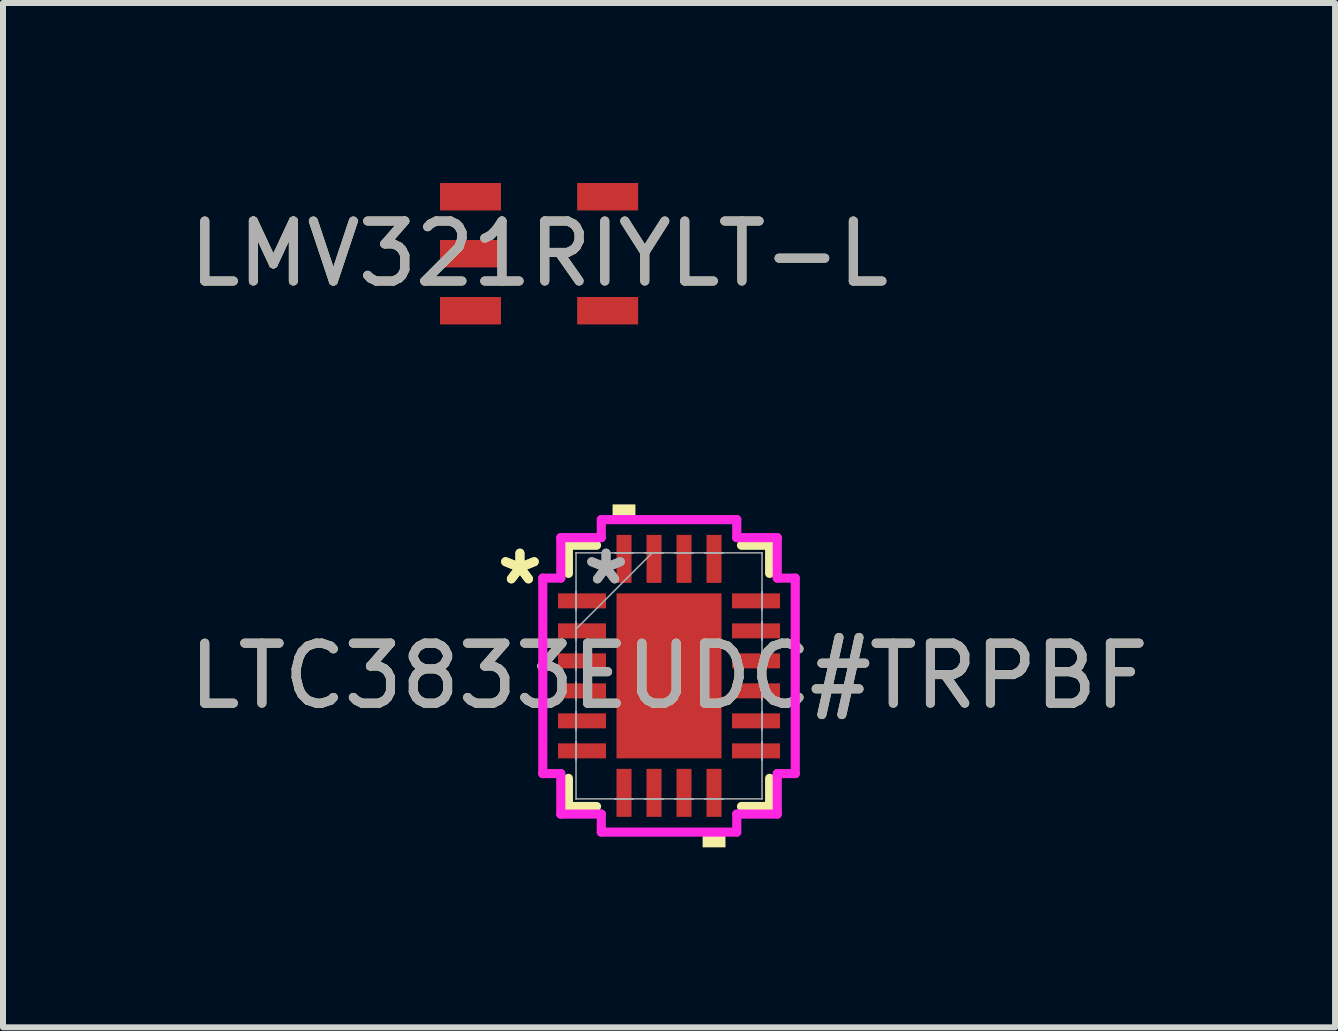
<source format=kicad_pcb>
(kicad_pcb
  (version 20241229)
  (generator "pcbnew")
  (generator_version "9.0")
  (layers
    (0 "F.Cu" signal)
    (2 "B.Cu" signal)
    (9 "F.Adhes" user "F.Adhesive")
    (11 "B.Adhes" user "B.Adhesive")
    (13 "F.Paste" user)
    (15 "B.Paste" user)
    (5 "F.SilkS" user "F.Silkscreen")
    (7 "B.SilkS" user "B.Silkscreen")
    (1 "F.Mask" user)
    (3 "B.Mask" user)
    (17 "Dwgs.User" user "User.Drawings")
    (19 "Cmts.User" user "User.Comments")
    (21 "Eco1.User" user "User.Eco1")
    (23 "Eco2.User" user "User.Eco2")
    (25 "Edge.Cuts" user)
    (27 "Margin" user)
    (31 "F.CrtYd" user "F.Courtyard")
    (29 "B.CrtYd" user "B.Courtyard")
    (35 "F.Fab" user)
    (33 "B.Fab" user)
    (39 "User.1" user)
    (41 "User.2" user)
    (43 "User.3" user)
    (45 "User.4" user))
  (footprint "LTC3833EUDC#TRPBF"
    (layer "F.Cu")
    (at 8.101 8.215)
    (property "Reference" "LTC3833EUDC#TRPBF" (at 0 0 0) (unlocked yes) (layer "F.SilkS") (effects (font (size 1 1) (thickness 0.15))))
    (attr smd)
    (fp_line (start -1.677 -2.177) (end -1.677 -1.708) (stroke (width 0.152) (type solid)) (layer "F.SilkS"))
    (fp_line (start -1.677 1.708) (end -1.677 2.177) (stroke (width 0.152) (type solid)) (layer "F.SilkS"))
    (fp_line (start -1.677 2.177) (end -1.208 2.177) (stroke (width 0.152) (type solid)) (layer "F.SilkS"))
    (fp_line (start -1.208 -2.177) (end -1.677 -2.177) (stroke (width 0.152) (type solid)) (layer "F.SilkS"))
    (fp_line (start 1.208 2.177) (end 1.677 2.177) (stroke (width 0.152) (type solid)) (layer "F.SilkS"))
    (fp_line (start 1.677 -2.177) (end 1.208 -2.177) (stroke (width 0.152) (type solid)) (layer "F.SilkS"))
    (fp_line (start 1.677 -1.708) (end 1.677 -2.177) (stroke (width 0.152) (type solid)) (layer "F.SilkS"))
    (fp_line (start 1.677 2.177) (end 1.677 1.708) (stroke (width 0.152) (type solid)) (layer "F.SilkS"))
    (fp_poly (pts (xy -0.941 -2.604) (xy -0.941 -2.858) (xy -0.56 -2.858) (xy -0.56 -2.604)) (stroke (width 0) (type solid)) (fill yes) (layer "F.SilkS"))
    (fp_poly (pts (xy 0.56 2.604) (xy 0.56 2.858) (xy 0.941 2.858) (xy 0.941 2.604)) (stroke (width 0) (type solid)) (fill yes) (layer "F.SilkS"))
    (fp_poly (pts (xy -0.775 -1.275) (xy -0.775 -0.1) (xy 0.775 -0.1) (xy 0.775 -1.275)) (stroke (width 0) (type solid)) (fill yes) (layer "F.Paste"))
    (fp_poly (pts (xy -0.775 0.1) (xy -0.775 1.275) (xy 0.775 1.275) (xy 0.775 0.1)) (stroke (width 0) (type solid)) (fill yes) (layer "F.Paste"))
    (fp_line (start -2.104 -1.629) (end -1.804 -1.629) (stroke (width 0.152) (type solid)) (layer "F.CrtYd"))
    (fp_line (start -2.104 1.629) (end -2.104 -1.629) (stroke (width 0.152) (type solid)) (layer "F.CrtYd"))
    (fp_line (start -1.804 -2.304) (end -1.129 -2.304) (stroke (width 0.152) (type solid)) (layer "F.CrtYd"))
    (fp_line (start -1.804 -1.629) (end -1.804 -2.304) (stroke (width 0.152) (type solid)) (layer "F.CrtYd"))
    (fp_line (start -1.804 1.629) (end -2.104 1.629) (stroke (width 0.152) (type solid)) (layer "F.CrtYd"))
    (fp_line (start -1.804 2.304) (end -1.804 1.629) (stroke (width 0.152) (type solid)) (layer "F.CrtYd"))
    (fp_line (start -1.129 -2.604) (end 1.129 -2.604) (stroke (width 0.152) (type solid)) (layer "F.CrtYd"))
    (fp_line (start -1.129 -2.304) (end -1.129 -2.604) (stroke (width 0.152) (type solid)) (layer "F.CrtYd"))
    (fp_line (start -1.129 2.304) (end -1.804 2.304) (stroke (width 0.152) (type solid)) (layer "F.CrtYd"))
    (fp_line (start -1.129 2.604) (end -1.129 2.304) (stroke (width 0.152) (type solid)) (layer "F.CrtYd"))
    (fp_line (start 1.129 -2.604) (end 1.129 -2.304) (stroke (width 0.152) (type solid)) (layer "F.CrtYd"))
    (fp_line (start 1.129 -2.304) (end 1.804 -2.304) (stroke (width 0.152) (type solid)) (layer "F.CrtYd"))
    (fp_line (start 1.129 2.304) (end 1.129 2.604) (stroke (width 0.152) (type solid)) (layer "F.CrtYd"))
    (fp_line (start 1.129 2.604) (end -1.129 2.604) (stroke (width 0.152) (type solid)) (layer "F.CrtYd"))
    (fp_line (start 1.804 -2.304) (end 1.804 -1.629) (stroke (width 0.152) (type solid)) (layer "F.CrtYd"))
    (fp_line (start 1.804 -1.629) (end 2.104 -1.629) (stroke (width 0.152) (type solid)) (layer "F.CrtYd"))
    (fp_line (start 1.804 1.629) (end 1.804 2.304) (stroke (width 0.152) (type solid)) (layer "F.CrtYd"))
    (fp_line (start 1.804 2.304) (end 1.129 2.304) (stroke (width 0.152) (type solid)) (layer "F.CrtYd"))
    (fp_line (start 2.104 -1.629) (end 2.104 1.629) (stroke (width 0.152) (type solid)) (layer "F.CrtYd"))
    (fp_line (start 2.104 1.629) (end 1.804 1.629) (stroke (width 0.152) (type solid)) (layer "F.CrtYd"))
    (fp_line (start -1.55 -2.05) (end -1.55 -2.05) (stroke (width 0.025) (type solid)) (layer "F.Fab"))
    (fp_line (start -1.55 -2.05) (end -1.55 2.05) (stroke (width 0.025) (type solid)) (layer "F.Fab"))
    (fp_line (start -1.55 -1.4) (end -1.55 -1.4) (stroke (width 0.025) (type solid)) (layer "F.Fab"))
    (fp_line (start -1.55 -1.4) (end -1.55 -1.1) (stroke (width 0.025) (type solid)) (layer "F.Fab"))
    (fp_line (start -1.55 -1.1) (end -1.55 -1.4) (stroke (width 0.025) (type solid)) (layer "F.Fab"))
    (fp_line (start -1.55 -1.1) (end -1.55 -1.1) (stroke (width 0.025) (type solid)) (layer "F.Fab"))
    (fp_line (start -1.55 -0.9) (end -1.55 -0.9) (stroke (width 0.025) (type solid)) (layer "F.Fab"))
    (fp_line (start -1.55 -0.9) (end -1.55 -0.6) (stroke (width 0.025) (type solid)) (layer "F.Fab"))
    (fp_line (start -1.55 -0.78) (end -0.28 -2.05) (stroke (width 0.025) (type solid)) (layer "F.Fab"))
    (fp_line (start -1.55 -0.6) (end -1.55 -0.9) (stroke (width 0.025) (type solid)) (layer "F.Fab"))
    (fp_line (start -1.55 -0.6) (end -1.55 -0.6) (stroke (width 0.025) (type solid)) (layer "F.Fab"))
    (fp_line (start -1.55 -0.4) (end -1.55 -0.4) (stroke (width 0.025) (type solid)) (layer "F.Fab"))
    (fp_line (start -1.55 -0.4) (end -1.55 -0.1) (stroke (width 0.025) (type solid)) (layer "F.Fab"))
    (fp_line (start -1.55 -0.1) (end -1.55 -0.4) (stroke (width 0.025) (type solid)) (layer "F.Fab"))
    (fp_line (start -1.55 -0.1) (end -1.55 -0.1) (stroke (width 0.025) (type solid)) (layer "F.Fab"))
    (fp_line (start -1.55 0.1) (end -1.55 0.1) (stroke (width 0.025) (type solid)) (layer "F.Fab"))
    (fp_line (start -1.55 0.1) (end -1.55 0.4) (stroke (width 0.025) (type solid)) (layer "F.Fab"))
    (fp_line (start -1.55 0.4) (end -1.55 0.1) (stroke (width 0.025) (type solid)) (layer "F.Fab"))
    (fp_line (start -1.55 0.4) (end -1.55 0.4) (stroke (width 0.025) (type solid)) (layer "F.Fab"))
    (fp_line (start -1.55 0.6) (end -1.55 0.6) (stroke (width 0.025) (type solid)) (layer "F.Fab"))
    (fp_line (start -1.55 0.6) (end -1.55 0.9) (stroke (width 0.025) (type solid)) (layer "F.Fab"))
    (fp_line (start -1.55 0.9) (end -1.55 0.6) (stroke (width 0.025) (type solid)) (layer "F.Fab"))
    (fp_line (start -1.55 0.9) (end -1.55 0.9) (stroke (width 0.025) (type solid)) (layer "F.Fab"))
    (fp_line (start -1.55 1.1) (end -1.55 1.1) (stroke (width 0.025) (type solid)) (layer "F.Fab"))
    (fp_line (start -1.55 1.1) (end -1.55 1.4) (stroke (width 0.025) (type solid)) (layer "F.Fab"))
    (fp_line (start -1.55 1.4) (end -1.55 1.1) (stroke (width 0.025) (type solid)) (layer "F.Fab"))
    (fp_line (start -1.55 1.4) (end -1.55 1.4) (stroke (width 0.025) (type solid)) (layer "F.Fab"))
    (fp_line (start -1.55 2.05) (end -1.55 2.05) (stroke (width 0.025) (type solid)) (layer "F.Fab"))
    (fp_line (start -1.55 2.05) (end 1.55 2.05) (stroke (width 0.025) (type solid)) (layer "F.Fab"))
    (fp_line (start -0.9 -2.05) (end -0.9 -2.05) (stroke (width 0.025) (type solid)) (layer "F.Fab"))
    (fp_line (start -0.9 -2.05) (end -0.6 -2.05) (stroke (width 0.025) (type solid)) (layer "F.Fab"))
    (fp_line (start -0.9 2.05) (end -0.9 2.05) (stroke (width 0.025) (type solid)) (layer "F.Fab"))
    (fp_line (start -0.9 2.05) (end -0.6 2.05) (stroke (width 0.025) (type solid)) (layer "F.Fab"))
    (fp_line (start -0.6 -2.05) (end -0.9 -2.05) (stroke (width 0.025) (type solid)) (layer "F.Fab"))
    (fp_line (start -0.6 -2.05) (end -0.6 -2.05) (stroke (width 0.025) (type solid)) (layer "F.Fab"))
    (fp_line (start -0.6 2.05) (end -0.9 2.05) (stroke (width 0.025) (type solid)) (layer "F.Fab"))
    (fp_line (start -0.6 2.05) (end -0.6 2.05) (stroke (width 0.025) (type solid)) (layer "F.Fab"))
    (fp_line (start -0.4 -2.05) (end -0.4 -2.05) (stroke (width 0.025) (type solid)) (layer "F.Fab"))
    (fp_line (start -0.4 -2.05) (end -0.1 -2.05) (stroke (width 0.025) (type solid)) (layer "F.Fab"))
    (fp_line (start -0.4 2.05) (end -0.4 2.05) (stroke (width 0.025) (type solid)) (layer "F.Fab"))
    (fp_line (start -0.4 2.05) (end -0.1 2.05) (stroke (width 0.025) (type solid)) (layer "F.Fab"))
    (fp_line (start -0.1 -2.05) (end -0.4 -2.05) (stroke (width 0.025) (type solid)) (layer "F.Fab"))
    (fp_line (start -0.1 -2.05) (end -0.1 -2.05) (stroke (width 0.025) (type solid)) (layer "F.Fab"))
    (fp_line (start -0.1 2.05) (end -0.4 2.05) (stroke (width 0.025) (type solid)) (layer "F.Fab"))
    (fp_line (start -0.1 2.05) (end -0.1 2.05) (stroke (width 0.025) (type solid)) (layer "F.Fab"))
    (fp_line (start 0.1 -2.05) (end 0.1 -2.05) (stroke (width 0.025) (type solid)) (layer "F.Fab"))
    (fp_line (start 0.1 -2.05) (end 0.4 -2.05) (stroke (width 0.025) (type solid)) (layer "F.Fab"))
    (fp_line (start 0.1 2.05) (end 0.1 2.05) (stroke (width 0.025) (type solid)) (layer "F.Fab"))
    (fp_line (start 0.1 2.05) (end 0.4 2.05) (stroke (width 0.025) (type solid)) (layer "F.Fab"))
    (fp_line (start 0.4 -2.05) (end 0.1 -2.05) (stroke (width 0.025) (type solid)) (layer "F.Fab"))
    (fp_line (start 0.4 -2.05) (end 0.4 -2.05) (stroke (width 0.025) (type solid)) (layer "F.Fab"))
    (fp_line (start 0.4 2.05) (end 0.1 2.05) (stroke (width 0.025) (type solid)) (layer "F.Fab"))
    (fp_line (start 0.4 2.05) (end 0.4 2.05) (stroke (width 0.025) (type solid)) (layer "F.Fab"))
    (fp_line (start 0.6 -2.05) (end 0.6 -2.05) (stroke (width 0.025) (type solid)) (layer "F.Fab"))
    (fp_line (start 0.6 -2.05) (end 0.9 -2.05) (stroke (width 0.025) (type solid)) (layer "F.Fab"))
    (fp_line (start 0.6 2.05) (end 0.6 2.05) (stroke (width 0.025) (type solid)) (layer "F.Fab"))
    (fp_line (start 0.6 2.05) (end 0.9 2.05) (stroke (width 0.025) (type solid)) (layer "F.Fab"))
    (fp_line (start 0.9 -2.05) (end 0.6 -2.05) (stroke (width 0.025) (type solid)) (layer "F.Fab"))
    (fp_line (start 0.9 -2.05) (end 0.9 -2.05) (stroke (width 0.025) (type solid)) (layer "F.Fab"))
    (fp_line (start 0.9 2.05) (end 0.6 2.05) (stroke (width 0.025) (type solid)) (layer "F.Fab"))
    (fp_line (start 0.9 2.05) (end 0.9 2.05) (stroke (width 0.025) (type solid)) (layer "F.Fab"))
    (fp_line (start 1.55 -2.05) (end -1.55 -2.05) (stroke (width 0.025) (type solid)) (layer "F.Fab"))
    (fp_line (start 1.55 -2.05) (end 1.55 -2.05) (stroke (width 0.025) (type solid)) (layer "F.Fab"))
    (fp_line (start 1.55 -1.4) (end 1.55 -1.4) (stroke (width 0.025) (type solid)) (layer "F.Fab"))
    (fp_line (start 1.55 -1.4) (end 1.55 -1.1) (stroke (width 0.025) (type solid)) (layer "F.Fab"))
    (fp_line (start 1.55 -1.1) (end 1.55 -1.4) (stroke (width 0.025) (type solid)) (layer "F.Fab"))
    (fp_line (start 1.55 -1.1) (end 1.55 -1.1) (stroke (width 0.025) (type solid)) (layer "F.Fab"))
    (fp_line (start 1.55 -0.9) (end 1.55 -0.9) (stroke (width 0.025) (type solid)) (layer "F.Fab"))
    (fp_line (start 1.55 -0.9) (end 1.55 -0.6) (stroke (width 0.025) (type solid)) (layer "F.Fab"))
    (fp_line (start 1.55 -0.6) (end 1.55 -0.9) (stroke (width 0.025) (type solid)) (layer "F.Fab"))
    (fp_line (start 1.55 -0.6) (end 1.55 -0.6) (stroke (width 0.025) (type solid)) (layer "F.Fab"))
    (fp_line (start 1.55 -0.4) (end 1.55 -0.4) (stroke (width 0.025) (type solid)) (layer "F.Fab"))
    (fp_line (start 1.55 -0.4) (end 1.55 -0.1) (stroke (width 0.025) (type solid)) (layer "F.Fab"))
    (fp_line (start 1.55 -0.1) (end 1.55 -0.4) (stroke (width 0.025) (type solid)) (layer "F.Fab"))
    (fp_line (start 1.55 -0.1) (end 1.55 -0.1) (stroke (width 0.025) (type solid)) (layer "F.Fab"))
    (fp_line (start 1.55 0.1) (end 1.55 0.1) (stroke (width 0.025) (type solid)) (layer "F.Fab"))
    (fp_line (start 1.55 0.1) (end 1.55 0.4) (stroke (width 0.025) (type solid)) (layer "F.Fab"))
    (fp_line (start 1.55 0.4) (end 1.55 0.1) (stroke (width 0.025) (type solid)) (layer "F.Fab"))
    (fp_line (start 1.55 0.4) (end 1.55 0.4) (stroke (width 0.025) (type solid)) (layer "F.Fab"))
    (fp_line (start 1.55 0.6) (end 1.55 0.6) (stroke (width 0.025) (type solid)) (layer "F.Fab"))
    (fp_line (start 1.55 0.6) (end 1.55 0.9) (stroke (width 0.025) (type solid)) (layer "F.Fab"))
    (fp_line (start 1.55 0.9) (end 1.55 0.6) (stroke (width 0.025) (type solid)) (layer "F.Fab"))
    (fp_line (start 1.55 0.9) (end 1.55 0.9) (stroke (width 0.025) (type solid)) (layer "F.Fab"))
    (fp_line (start 1.55 1.1) (end 1.55 1.1) (stroke (width 0.025) (type solid)) (layer "F.Fab"))
    (fp_line (start 1.55 1.1) (end 1.55 1.4) (stroke (width 0.025) (type solid)) (layer "F.Fab"))
    (fp_line (start 1.55 1.4) (end 1.55 1.1) (stroke (width 0.025) (type solid)) (layer "F.Fab"))
    (fp_line (start 1.55 1.4) (end 1.55 1.4) (stroke (width 0.025) (type solid)) (layer "F.Fab"))
    (fp_line (start 1.55 2.05) (end 1.55 -2.05) (stroke (width 0.025) (type solid)) (layer "F.Fab"))
    (fp_line (start 1.55 2.05) (end 1.55 2.05) (stroke (width 0.025) (type solid)) (layer "F.Fab"))
    (fp_text user "*" (at -2.485 -1.5 0) (unlocked yes) (layer "F.SilkS") (effects (font (size 1 1) (thickness 0.15))))
    (fp_text user "*" (at -2.485 -1.5 0) (layer "F.SilkS") (effects (font (size 1 1) (thickness 0.15))))
    (fp_text user "*" (at -1.05 -1.5 0) (unlocked yes) (layer "F.Fab") (effects (font (size 1 1) (thickness 0.15))))
    (fp_text user "*" (at -1.05 -1.5 0) (layer "F.Fab") (effects (font (size 1 1) (thickness 0.15))))
    (fp_text user "${REFERENCE}" (at 0 0 0) (unlocked yes) (layer "F.Fab") (effects (font (size 1 1) (thickness 0.15))))
    (pad "1" smd rect (at -1.45 -1.25 90) (size 0.25 0.8) (layers "F.Cu" "F.Mask" "F.Paste"))
    (pad "2" smd rect (at -1.45 -0.75 90) (size 0.25 0.8) (layers "F.Cu" "F.Mask" "F.Paste"))
    (pad "3" smd rect (at -1.45 -0.25 90) (size 0.25 0.8) (layers "F.Cu" "F.Mask" "F.Paste"))
    (pad "4" smd rect (at -1.45 0.25 90) (size 0.25 0.8) (layers "F.Cu" "F.Mask" "F.Paste"))
    (pad "5" smd rect (at -1.45 0.75 90) (size 0.25 0.8) (layers "F.Cu" "F.Mask" "F.Paste"))
    (pad "6" smd rect (at -1.45 1.25 90) (size 0.25 0.8) (layers "F.Cu" "F.Mask" "F.Paste"))
    (pad "7" smd rect (at -0.75 1.95) (size 0.25 0.8) (layers "F.Cu" "F.Mask" "F.Paste"))
    (pad "8" smd rect (at -0.25 1.95) (size 0.25 0.8) (layers "F.Cu" "F.Mask" "F.Paste"))
    (pad "9" smd rect (at 0.25 1.95) (size 0.25 0.8) (layers "F.Cu" "F.Mask" "F.Paste"))
    (pad "10" smd rect (at 0.75 1.95) (size 0.25 0.8) (layers "F.Cu" "F.Mask" "F.Paste"))
    (pad "11" smd rect (at 1.45 1.25 90) (size 0.25 0.8) (layers "F.Cu" "F.Mask" "F.Paste"))
    (pad "12" smd rect (at 1.45 0.75 90) (size 0.25 0.8) (layers "F.Cu" "F.Mask" "F.Paste"))
    (pad "13" smd rect (at 1.45 0.25 90) (size 0.25 0.8) (layers "F.Cu" "F.Mask" "F.Paste"))
    (pad "14" smd rect (at 1.45 -0.25 90) (size 0.25 0.8) (layers "F.Cu" "F.Mask" "F.Paste"))
    (pad "15" smd rect (at 1.45 -0.75 90) (size 0.25 0.8) (layers "F.Cu" "F.Mask" "F.Paste"))
    (pad "16" smd rect (at 1.45 -1.25 90) (size 0.25 0.8) (layers "F.Cu" "F.Mask" "F.Paste"))
    (pad "17" smd rect (at 0.75 -1.95) (size 0.25 0.8) (layers "F.Cu" "F.Mask" "F.Paste"))
    (pad "18" smd rect (at 0.25 -1.95) (size 0.25 0.8) (layers "F.Cu" "F.Mask" "F.Paste"))
    (pad "19" smd rect (at -0.25 -1.95) (size 0.25 0.8) (layers "F.Cu" "F.Mask" "F.Paste"))
    (pad "20" smd rect (at -0.75 -1.95) (size 0.25 0.8) (layers "F.Cu" "F.Mask" "F.Paste"))
    (pad "21" smd rect (at 0 0) (size 1.75 2.75) (layers "F.Cu" "F.Mask")))
  (footprint "LMV321RIYLT-L"
    (layer "F.Cu")
    (at 5.935 1.179)
    (property "Reference" "LMV321RIYLT-L" (at 0 0 0) (unlocked yes) (layer "F.SilkS") (effects (font (size 1 1) (thickness 0.15))))
    (attr smd)
    (fp_text user "${REFERENCE}" (at 0 0 0) (unlocked yes) (layer "F.Fab") (effects (font (size 1 1) (thickness 0.15))))
    (pad "1" smd rect (at -1.143 -0.95) (size 1.016 0.457) (layers "F.Cu" "F.Mask" "F.Paste"))
    (pad "2" smd rect (at -1.143 0) (size 1.016 0.457) (layers "F.Cu" "F.Mask" "F.Paste"))
    (pad "3" smd rect (at -1.143 0.95) (size 1.016 0.457) (layers "F.Cu" "F.Mask" "F.Paste"))
    (pad "4" smd rect (at 1.143 0.95) (size 1.016 0.457) (layers "F.Cu" "F.Mask" "F.Paste"))
    (pad "5" smd rect (at 1.143 -0.95) (size 1.016 0.457) (layers "F.Cu" "F.Mask" "F.Paste")))
  (gr_rect
    (start -3 -3)
    (end 19.202 14.073)
    (stroke (width 0.1) (type default))
    (fill no)
    (layer "Edge.Cuts")))
</source>
